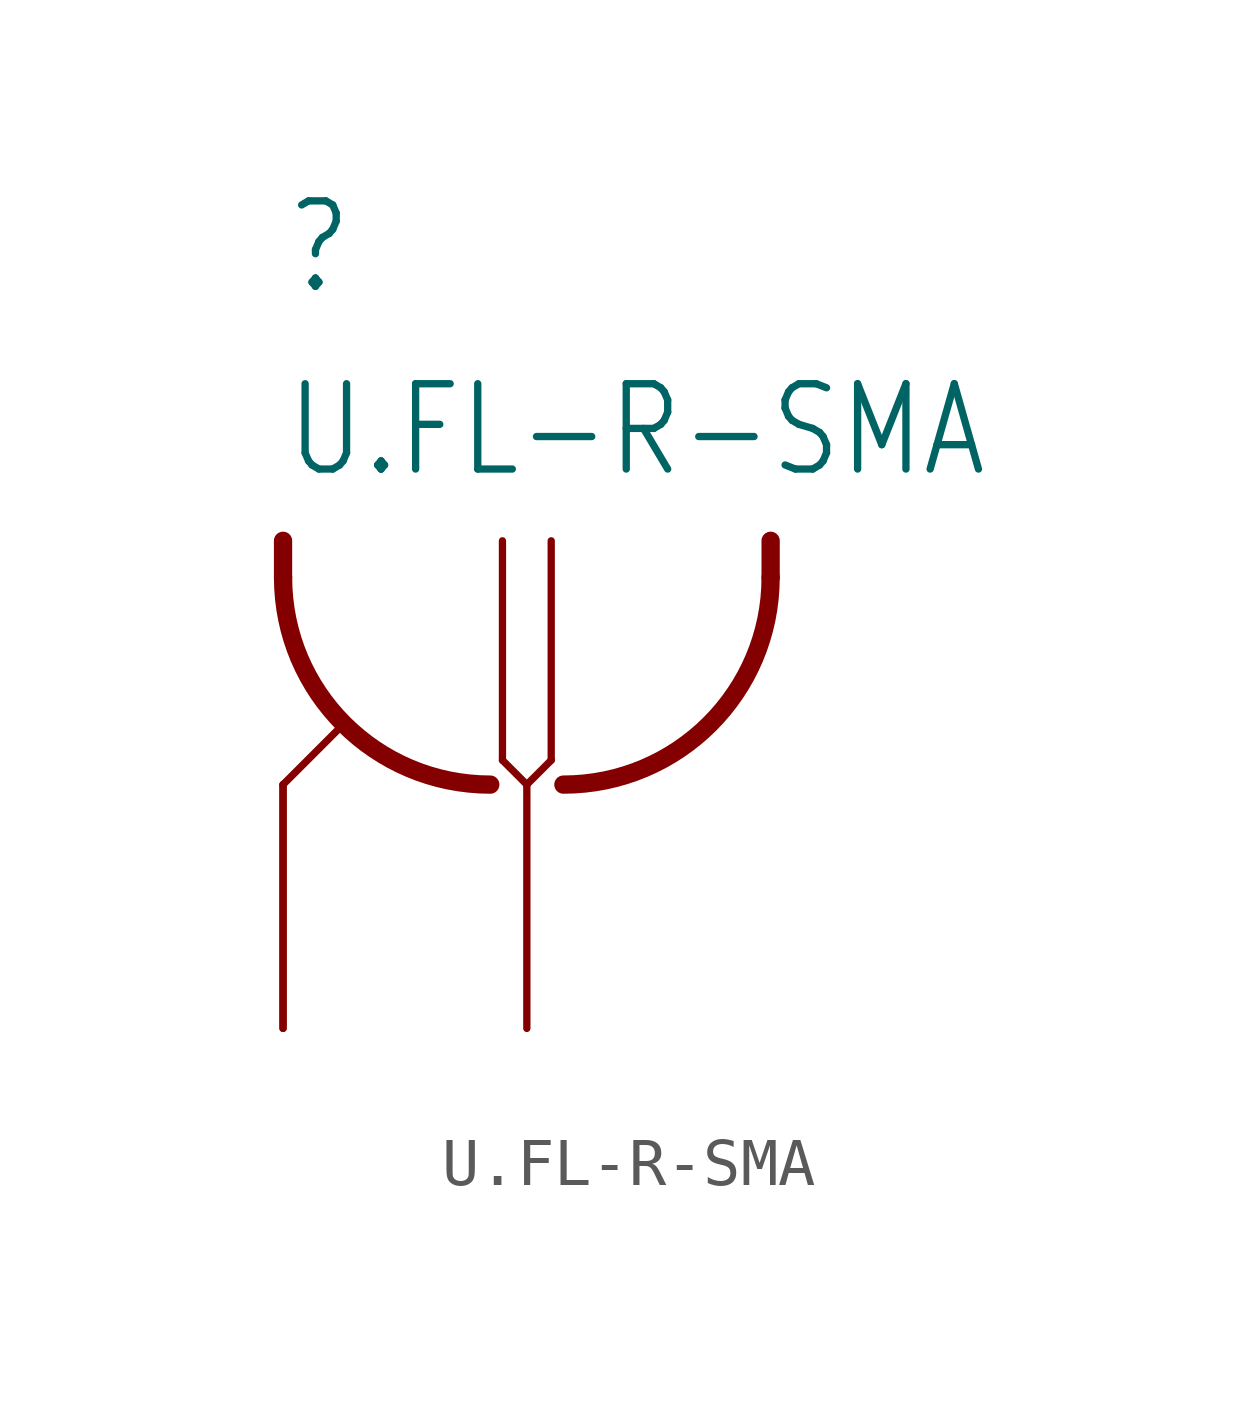
<source format=kicad_sym>
(kicad_symbol_lib
  (version 20211014)
  (generator kicad_symbol_editor)
  (symbol "U.FL-R-SMA"
    (property "Reference" ""
      (at -5.08 10.16 0)
      (effects (font (size 1.778 1.511)) (justify left bottom)))
    (property "Value" "U.FL-R-SMA"
      (at -5.08 6.35 0)
      (effects (font (size 1.778 1.511)) (justify left bottom)))
    (property "ki_locked" ""
      (at 0 0 0)
      (effects (font (size 1.27 1.27))))
    (symbol "U.FL-R-SMA_1_0"
      (arc (start -5.08 4.318) (mid -3.8153 1.2647) (end -0.762 0) (stroke (width 0.381) (type default) (color 0 0 0 0)) (fill (type none)))
      (polyline (pts (xy -5.08 0) (xy -3.81 1.27)) (stroke (width 0.152) (type default) (color 0 0 0 0)) (fill (type none)))
      (polyline (pts (xy -5.08 5.08) (xy -5.08 4.318)) (stroke (width 0.381) (type default) (color 0 0 0 0)) (fill (type none)))
      (polyline (pts (xy -0.508 0.508) (xy 0 0)) (stroke (width 0.152) (type default) (color 0 0 0 0)) (fill (type none)))
      (polyline (pts (xy -0.508 5.08) (xy -0.508 0.508)) (stroke (width 0.152) (type default) (color 0 0 0 0)) (fill (type none)))
      (polyline (pts (xy 0 0) (xy 0.508 0.508)) (stroke (width 0.152) (type default) (color 0 0 0 0)) (fill (type none)))
      (polyline (pts (xy 0.508 0.508) (xy 0.508 5.08)) (stroke (width 0.152) (type default) (color 0 0 0 0)) (fill (type none)))
      (polyline (pts (xy 5.08 5.08) (xy 5.08 4.318)) (stroke (width 0.381) (type default) (color 0 0 0 0)) (fill (type none)))
      (arc (start 0.762 0) (mid 3.8153 1.2647) (end 5.08 4.318) (stroke (width 0.381) (type default) (color 0 0 0 0)) (fill (type none)))
      (pin bidirectional line (at 0 -5.08 90) (length 5.08) (name "P$1" (effects (font (size 0 0)))) (number "1" (effects (font (size 0 0)))))
      (pin bidirectional line (at -5.08 -5.08 90) (length 5.08) (name "P$2" (effects (font (size 0 0)))) (number "2" (effects (font (size 0 0)))))
      (pin bidirectional line (at -5.08 -5.08 90) (length 5.08) (name "P$2" (effects (font (size 0 0)))) (number "3" (effects (font (size 0 0))))))))
</source>
